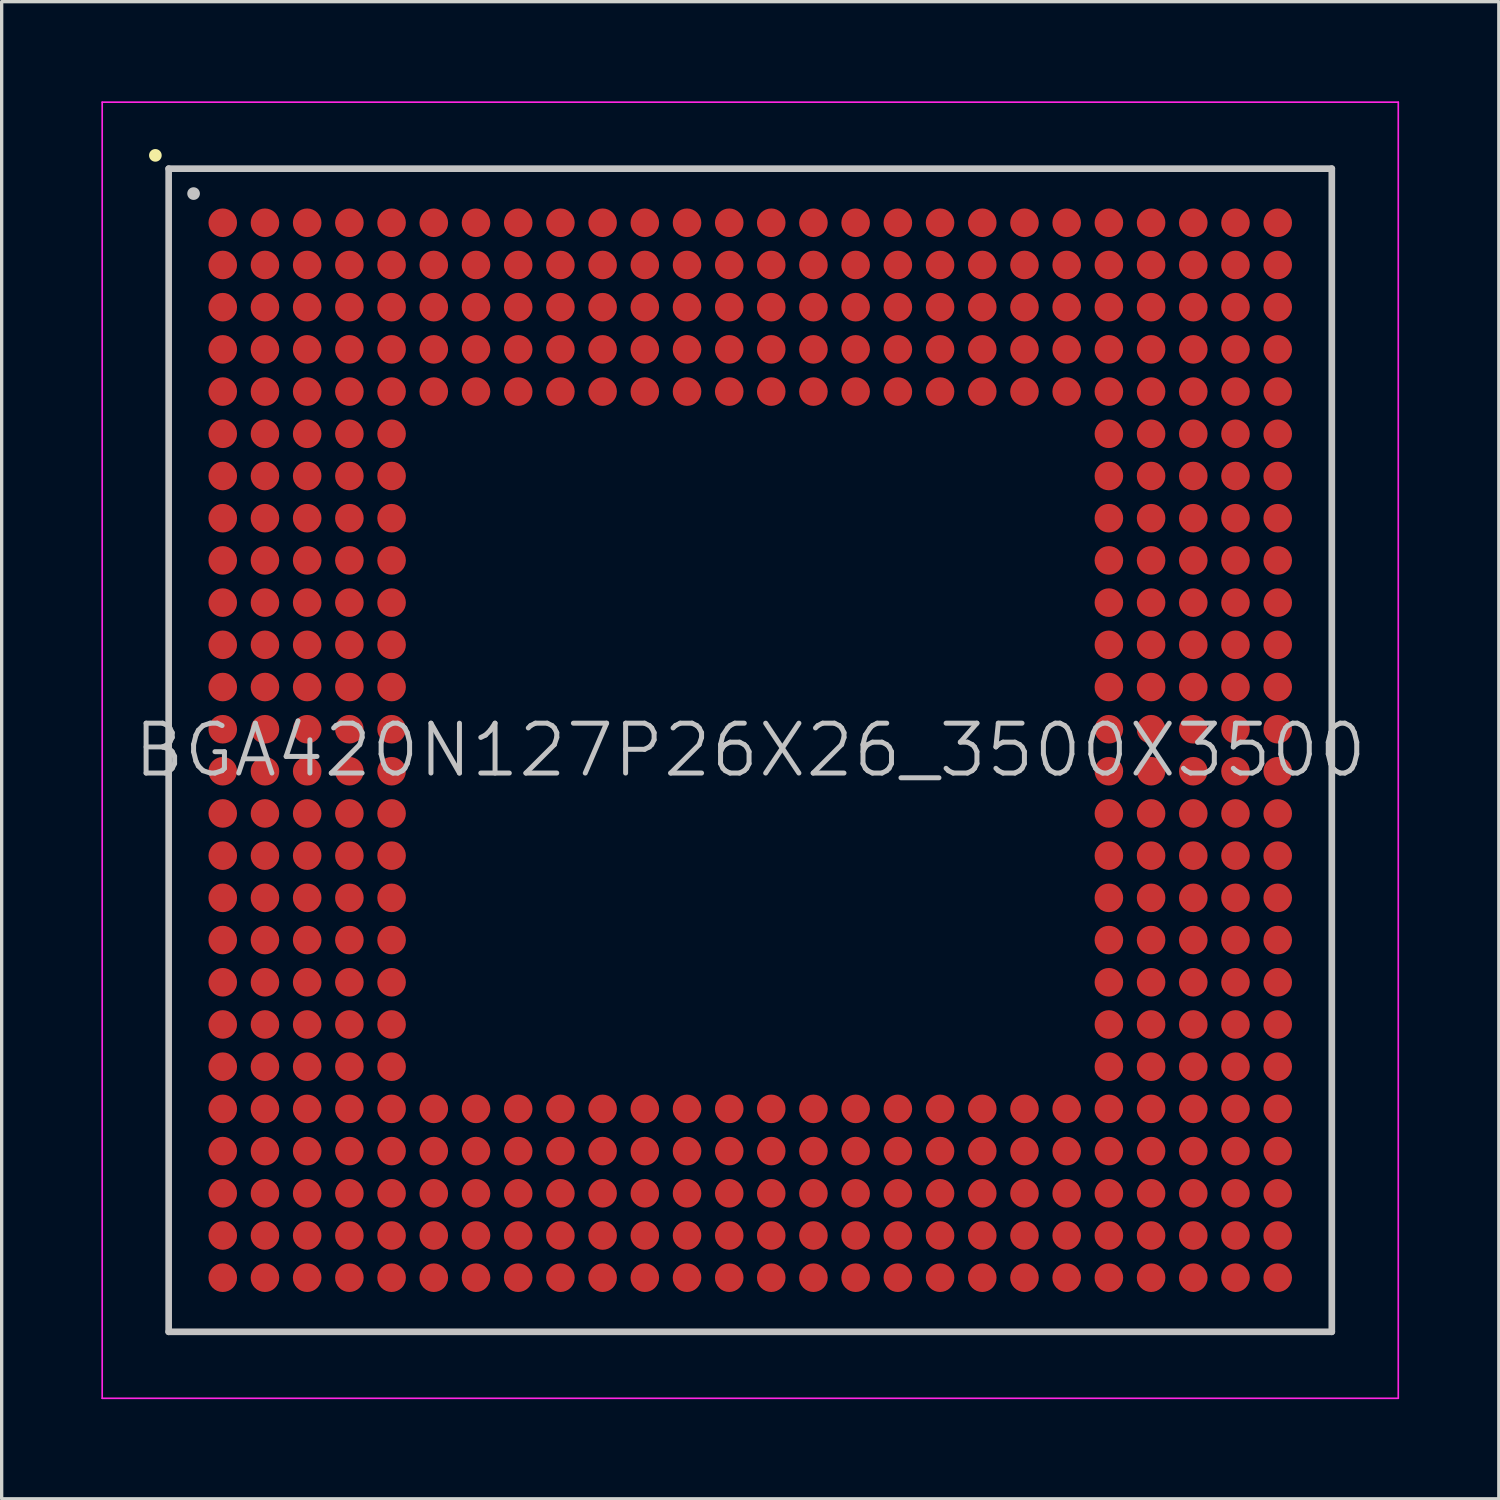
<source format=kicad_pcb>
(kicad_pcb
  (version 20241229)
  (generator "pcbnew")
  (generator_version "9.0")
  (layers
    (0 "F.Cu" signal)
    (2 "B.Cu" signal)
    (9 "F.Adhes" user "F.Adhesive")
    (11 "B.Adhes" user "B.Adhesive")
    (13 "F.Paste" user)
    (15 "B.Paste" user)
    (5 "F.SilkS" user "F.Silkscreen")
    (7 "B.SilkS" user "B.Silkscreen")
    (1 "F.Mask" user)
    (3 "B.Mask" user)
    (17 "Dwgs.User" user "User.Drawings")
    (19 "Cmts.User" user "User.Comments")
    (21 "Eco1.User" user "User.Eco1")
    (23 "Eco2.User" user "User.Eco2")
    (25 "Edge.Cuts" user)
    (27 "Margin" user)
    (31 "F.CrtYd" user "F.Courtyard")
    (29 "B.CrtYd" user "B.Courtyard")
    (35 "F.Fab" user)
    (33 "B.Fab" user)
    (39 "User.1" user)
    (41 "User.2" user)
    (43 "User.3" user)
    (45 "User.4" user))
  (footprint "BGA420N127P26X26_3500X3500"
    (layer "F.Cu")
    (at 19.525 19.525)
    (property "Reference" "BGA420N127P26X26_3500X3500" (at 0 0 0) (layer "Dwgs.User") (effects (font (size 1.5 1.5) (thickness 0.15))))
    (attr smd)
    (fp_line (start -17.9 -17.9) (end -17.9 -17.9) (stroke (width 0.381) (type solid)) (layer "F.SilkS"))
    (fp_line (start -17.5 -17.5) (end -17.5 17.5) (stroke (width 0.2) (type solid)) (layer "Dwgs.User"))
    (fp_line (start -17.5 -17.5) (end 17.5 -17.5) (stroke (width 0.2) (type solid)) (layer "Dwgs.User"))
    (fp_line (start -17.5 17.5) (end 17.5 17.5) (stroke (width 0.2) (type solid)) (layer "Dwgs.User"))
    (fp_line (start -16.75 -16.75) (end -16.75 -16.75) (stroke (width 0.381) (type solid)) (layer "Dwgs.User"))
    (fp_line (start 17.5 -17.5) (end 17.5 17.5) (stroke (width 0.2) (type solid)) (layer "Dwgs.User"))
    (fp_line (start -19.5 -19.5) (end -19.5 19.5) (stroke (width 0.05) (type solid)) (layer "F.CrtYd"))
    (fp_line (start -19.5 -19.5) (end 19.5 -19.5) (stroke (width 0.05) (type solid)) (layer "F.CrtYd"))
    (fp_line (start -19.5 19.5) (end 19.5 19.5) (stroke (width 0.05) (type solid)) (layer "F.CrtYd"))
    (fp_line (start 19.5 -19.5) (end 19.5 19.5) (stroke (width 0.05) (type solid)) (layer "F.CrtYd"))
    (pad "A1" smd circle (at -15.872 -15.872 270) (size 0.86 0.86) (layers "F.Cu" "F.Mask" "F.Paste"))
    (pad "A2" smd circle (at -14.602 -15.872 270) (size 0.86 0.86) (layers "F.Cu" "F.Mask" "F.Paste"))
    (pad "A3" smd circle (at -13.332 -15.872 270) (size 0.86 0.86) (layers "F.Cu" "F.Mask" "F.Paste"))
    (pad "A4" smd circle (at -12.062 -15.872 270) (size 0.86 0.86) (layers "F.Cu" "F.Mask" "F.Paste"))
    (pad "A5" smd circle (at -10.792 -15.872 270) (size 0.86 0.86) (layers "F.Cu" "F.Mask" "F.Paste"))
    (pad "A6" smd circle (at -9.522 -15.872 270) (size 0.86 0.86) (layers "F.Cu" "F.Mask" "F.Paste"))
    (pad "A7" smd circle (at -8.252 -15.872 270) (size 0.86 0.86) (layers "F.Cu" "F.Mask" "F.Paste"))
    (pad "A8" smd circle (at -6.982 -15.872 270) (size 0.86 0.86) (layers "F.Cu" "F.Mask" "F.Paste"))
    (pad "A9" smd circle (at -5.712 -15.872 270) (size 0.86 0.86) (layers "F.Cu" "F.Mask" "F.Paste"))
    (pad "A10" smd circle (at -4.442 -15.872 270) (size 0.86 0.86) (layers "F.Cu" "F.Mask" "F.Paste"))
    (pad "A11" smd circle (at -3.172 -15.872 270) (size 0.86 0.86) (layers "F.Cu" "F.Mask" "F.Paste"))
    (pad "A12" smd circle (at -1.902 -15.872 270) (size 0.86 0.86) (layers "F.Cu" "F.Mask" "F.Paste"))
    (pad "A13" smd circle (at -0.632 -15.872 270) (size 0.86 0.86) (layers "F.Cu" "F.Mask" "F.Paste"))
    (pad "A14" smd circle (at 0.632 -15.872 270) (size 0.86 0.86) (layers "F.Cu" "F.Mask" "F.Paste"))
    (pad "A15" smd circle (at 1.902 -15.872 270) (size 0.86 0.86) (layers "F.Cu" "F.Mask" "F.Paste"))
    (pad "A16" smd circle (at 3.172 -15.872 270) (size 0.86 0.86) (layers "F.Cu" "F.Mask" "F.Paste"))
    (pad "A17" smd circle (at 4.442 -15.872 270) (size 0.86 0.86) (layers "F.Cu" "F.Mask" "F.Paste"))
    (pad "A18" smd circle (at 5.712 -15.872 270) (size 0.86 0.86) (layers "F.Cu" "F.Mask" "F.Paste"))
    (pad "A19" smd circle (at 6.982 -15.872 270) (size 0.86 0.86) (layers "F.Cu" "F.Mask" "F.Paste"))
    (pad "A20" smd circle (at 8.252 -15.872 270) (size 0.86 0.86) (layers "F.Cu" "F.Mask" "F.Paste"))
    (pad "A21" smd circle (at 9.522 -15.872 270) (size 0.86 0.86) (layers "F.Cu" "F.Mask" "F.Paste"))
    (pad "A22" smd circle (at 10.792 -15.872 270) (size 0.86 0.86) (layers "F.Cu" "F.Mask" "F.Paste"))
    (pad "A23" smd circle (at 12.062 -15.872 270) (size 0.86 0.86) (layers "F.Cu" "F.Mask" "F.Paste"))
    (pad "A24" smd circle (at 13.332 -15.872 270) (size 0.86 0.86) (layers "F.Cu" "F.Mask" "F.Paste"))
    (pad "A25" smd circle (at 14.602 -15.872 270) (size 0.86 0.86) (layers "F.Cu" "F.Mask" "F.Paste"))
    (pad "A26" smd circle (at 15.872 -15.872 270) (size 0.86 0.86) (layers "F.Cu" "F.Mask" "F.Paste"))
    (pad "AA1" smd circle (at -15.872 9.522 270) (size 0.86 0.86) (layers "F.Cu" "F.Mask" "F.Paste"))
    (pad "AA2" smd circle (at -14.602 9.522 270) (size 0.86 0.86) (layers "F.Cu" "F.Mask" "F.Paste"))
    (pad "AA3" smd circle (at -13.332 9.522 270) (size 0.86 0.86) (layers "F.Cu" "F.Mask" "F.Paste"))
    (pad "AA4" smd circle (at -12.062 9.522 270) (size 0.86 0.86) (layers "F.Cu" "F.Mask" "F.Paste"))
    (pad "AA5" smd circle (at -10.792 9.522 270) (size 0.86 0.86) (layers "F.Cu" "F.Mask" "F.Paste"))
    (pad "AA22" smd circle (at 10.792 9.522 270) (size 0.86 0.86) (layers "F.Cu" "F.Mask" "F.Paste"))
    (pad "AA23" smd circle (at 12.062 9.522 270) (size 0.86 0.86) (layers "F.Cu" "F.Mask" "F.Paste"))
    (pad "AA24" smd circle (at 13.332 9.522 270) (size 0.86 0.86) (layers "F.Cu" "F.Mask" "F.Paste"))
    (pad "AA25" smd circle (at 14.602 9.522 270) (size 0.86 0.86) (layers "F.Cu" "F.Mask" "F.Paste"))
    (pad "AA26" smd circle (at 15.872 9.522 270) (size 0.86 0.86) (layers "F.Cu" "F.Mask" "F.Paste"))
    (pad "AB1" smd circle (at -15.872 10.792 270) (size 0.86 0.86) (layers "F.Cu" "F.Mask" "F.Paste"))
    (pad "AB2" smd circle (at -14.602 10.792 270) (size 0.86 0.86) (layers "F.Cu" "F.Mask" "F.Paste"))
    (pad "AB3" smd circle (at -13.332 10.792 270) (size 0.86 0.86) (layers "F.Cu" "F.Mask" "F.Paste"))
    (pad "AB4" smd circle (at -12.062 10.792 270) (size 0.86 0.86) (layers "F.Cu" "F.Mask" "F.Paste"))
    (pad "AB5" smd circle (at -10.792 10.792 270) (size 0.86 0.86) (layers "F.Cu" "F.Mask" "F.Paste"))
    (pad "AB6" smd circle (at -9.522 10.792 270) (size 0.86 0.86) (layers "F.Cu" "F.Mask" "F.Paste"))
    (pad "AB7" smd circle (at -8.252 10.792 270) (size 0.86 0.86) (layers "F.Cu" "F.Mask" "F.Paste"))
    (pad "AB8" smd circle (at -6.982 10.792 270) (size 0.86 0.86) (layers "F.Cu" "F.Mask" "F.Paste"))
    (pad "AB9" smd circle (at -5.712 10.792 270) (size 0.86 0.86) (layers "F.Cu" "F.Mask" "F.Paste"))
    (pad "AB10" smd circle (at -4.442 10.792 270) (size 0.86 0.86) (layers "F.Cu" "F.Mask" "F.Paste"))
    (pad "AB11" smd circle (at -3.172 10.792 270) (size 0.86 0.86) (layers "F.Cu" "F.Mask" "F.Paste"))
    (pad "AB12" smd circle (at -1.902 10.792 270) (size 0.86 0.86) (layers "F.Cu" "F.Mask" "F.Paste"))
    (pad "AB13" smd circle (at -0.632 10.792 270) (size 0.86 0.86) (layers "F.Cu" "F.Mask" "F.Paste"))
    (pad "AB14" smd circle (at 0.632 10.792 270) (size 0.86 0.86) (layers "F.Cu" "F.Mask" "F.Paste"))
    (pad "AB15" smd circle (at 1.902 10.792 270) (size 0.86 0.86) (layers "F.Cu" "F.Mask" "F.Paste"))
    (pad "AB16" smd circle (at 3.172 10.792 270) (size 0.86 0.86) (layers "F.Cu" "F.Mask" "F.Paste"))
    (pad "AB17" smd circle (at 4.442 10.792 270) (size 0.86 0.86) (layers "F.Cu" "F.Mask" "F.Paste"))
    (pad "AB18" smd circle (at 5.712 10.792 270) (size 0.86 0.86) (layers "F.Cu" "F.Mask" "F.Paste"))
    (pad "AB19" smd circle (at 6.982 10.792 270) (size 0.86 0.86) (layers "F.Cu" "F.Mask" "F.Paste"))
    (pad "AB20" smd circle (at 8.252 10.792 270) (size 0.86 0.86) (layers "F.Cu" "F.Mask" "F.Paste"))
    (pad "AB21" smd circle (at 9.522 10.792 270) (size 0.86 0.86) (layers "F.Cu" "F.Mask" "F.Paste"))
    (pad "AB22" smd circle (at 10.792 10.792 270) (size 0.86 0.86) (layers "F.Cu" "F.Mask" "F.Paste"))
    (pad "AB23" smd circle (at 12.062 10.792 270) (size 0.86 0.86) (layers "F.Cu" "F.Mask" "F.Paste"))
    (pad "AB24" smd circle (at 13.332 10.792 270) (size 0.86 0.86) (layers "F.Cu" "F.Mask" "F.Paste"))
    (pad "AB25" smd circle (at 14.602 10.792 270) (size 0.86 0.86) (layers "F.Cu" "F.Mask" "F.Paste"))
    (pad "AB26" smd circle (at 15.872 10.792 270) (size 0.86 0.86) (layers "F.Cu" "F.Mask" "F.Paste"))
    (pad "AC1" smd circle (at -15.872 12.062 270) (size 0.86 0.86) (layers "F.Cu" "F.Mask" "F.Paste"))
    (pad "AC2" smd circle (at -14.602 12.062 270) (size 0.86 0.86) (layers "F.Cu" "F.Mask" "F.Paste"))
    (pad "AC3" smd circle (at -13.332 12.062 270) (size 0.86 0.86) (layers "F.Cu" "F.Mask" "F.Paste"))
    (pad "AC4" smd circle (at -12.062 12.062 270) (size 0.86 0.86) (layers "F.Cu" "F.Mask" "F.Paste"))
    (pad "AC5" smd circle (at -10.792 12.062 270) (size 0.86 0.86) (layers "F.Cu" "F.Mask" "F.Paste"))
    (pad "AC6" smd circle (at -9.522 12.062 270) (size 0.86 0.86) (layers "F.Cu" "F.Mask" "F.Paste"))
    (pad "AC7" smd circle (at -8.252 12.062 270) (size 0.86 0.86) (layers "F.Cu" "F.Mask" "F.Paste"))
    (pad "AC8" smd circle (at -6.982 12.062 270) (size 0.86 0.86) (layers "F.Cu" "F.Mask" "F.Paste"))
    (pad "AC9" smd circle (at -5.712 12.062 270) (size 0.86 0.86) (layers "F.Cu" "F.Mask" "F.Paste"))
    (pad "AC10" smd circle (at -4.442 12.062 270) (size 0.86 0.86) (layers "F.Cu" "F.Mask" "F.Paste"))
    (pad "AC11" smd circle (at -3.172 12.062 270) (size 0.86 0.86) (layers "F.Cu" "F.Mask" "F.Paste"))
    (pad "AC12" smd circle (at -1.902 12.062 270) (size 0.86 0.86) (layers "F.Cu" "F.Mask" "F.Paste"))
    (pad "AC13" smd circle (at -0.632 12.062 270) (size 0.86 0.86) (layers "F.Cu" "F.Mask" "F.Paste"))
    (pad "AC14" smd circle (at 0.632 12.062 270) (size 0.86 0.86) (layers "F.Cu" "F.Mask" "F.Paste"))
    (pad "AC15" smd circle (at 1.902 12.062 270) (size 0.86 0.86) (layers "F.Cu" "F.Mask" "F.Paste"))
    (pad "AC16" smd circle (at 3.172 12.062 270) (size 0.86 0.86) (layers "F.Cu" "F.Mask" "F.Paste"))
    (pad "AC17" smd circle (at 4.442 12.062 270) (size 0.86 0.86) (layers "F.Cu" "F.Mask" "F.Paste"))
    (pad "AC18" smd circle (at 5.712 12.062 270) (size 0.86 0.86) (layers "F.Cu" "F.Mask" "F.Paste"))
    (pad "AC19" smd circle (at 6.982 12.062 270) (size 0.86 0.86) (layers "F.Cu" "F.Mask" "F.Paste"))
    (pad "AC20" smd circle (at 8.252 12.062 270) (size 0.86 0.86) (layers "F.Cu" "F.Mask" "F.Paste"))
    (pad "AC21" smd circle (at 9.522 12.062 270) (size 0.86 0.86) (layers "F.Cu" "F.Mask" "F.Paste"))
    (pad "AC22" smd circle (at 10.792 12.062 270) (size 0.86 0.86) (layers "F.Cu" "F.Mask" "F.Paste"))
    (pad "AC23" smd circle (at 12.062 12.062 270) (size 0.86 0.86) (layers "F.Cu" "F.Mask" "F.Paste"))
    (pad "AC24" smd circle (at 13.332 12.062 270) (size 0.86 0.86) (layers "F.Cu" "F.Mask" "F.Paste"))
    (pad "AC25" smd circle (at 14.602 12.062 270) (size 0.86 0.86) (layers "F.Cu" "F.Mask" "F.Paste"))
    (pad "AC26" smd circle (at 15.872 12.062 270) (size 0.86 0.86) (layers "F.Cu" "F.Mask" "F.Paste"))
    (pad "AD1" smd circle (at -15.872 13.332 270) (size 0.86 0.86) (layers "F.Cu" "F.Mask" "F.Paste"))
    (pad "AD2" smd circle (at -14.602 13.332 270) (size 0.86 0.86) (layers "F.Cu" "F.Mask" "F.Paste"))
    (pad "AD3" smd circle (at -13.332 13.332 270) (size 0.86 0.86) (layers "F.Cu" "F.Mask" "F.Paste"))
    (pad "AD4" smd circle (at -12.062 13.332 270) (size 0.86 0.86) (layers "F.Cu" "F.Mask" "F.Paste"))
    (pad "AD5" smd circle (at -10.792 13.332 270) (size 0.86 0.86) (layers "F.Cu" "F.Mask" "F.Paste"))
    (pad "AD6" smd circle (at -9.522 13.332 270) (size 0.86 0.86) (layers "F.Cu" "F.Mask" "F.Paste"))
    (pad "AD7" smd circle (at -8.252 13.332 270) (size 0.86 0.86) (layers "F.Cu" "F.Mask" "F.Paste"))
    (pad "AD8" smd circle (at -6.982 13.332 270) (size 0.86 0.86) (layers "F.Cu" "F.Mask" "F.Paste"))
    (pad "AD9" smd circle (at -5.712 13.332 270) (size 0.86 0.86) (layers "F.Cu" "F.Mask" "F.Paste"))
    (pad "AD10" smd circle (at -4.442 13.332 270) (size 0.86 0.86) (layers "F.Cu" "F.Mask" "F.Paste"))
    (pad "AD11" smd circle (at -3.172 13.332 270) (size 0.86 0.86) (layers "F.Cu" "F.Mask" "F.Paste"))
    (pad "AD12" smd circle (at -1.902 13.332 270) (size 0.86 0.86) (layers "F.Cu" "F.Mask" "F.Paste"))
    (pad "AD13" smd circle (at -0.632 13.332 270) (size 0.86 0.86) (layers "F.Cu" "F.Mask" "F.Paste"))
    (pad "AD14" smd circle (at 0.632 13.332 270) (size 0.86 0.86) (layers "F.Cu" "F.Mask" "F.Paste"))
    (pad "AD15" smd circle (at 1.902 13.332 270) (size 0.86 0.86) (layers "F.Cu" "F.Mask" "F.Paste"))
    (pad "AD16" smd circle (at 3.172 13.332 270) (size 0.86 0.86) (layers "F.Cu" "F.Mask" "F.Paste"))
    (pad "AD17" smd circle (at 4.442 13.332 270) (size 0.86 0.86) (layers "F.Cu" "F.Mask" "F.Paste"))
    (pad "AD18" smd circle (at 5.712 13.332 270) (size 0.86 0.86) (layers "F.Cu" "F.Mask" "F.Paste"))
    (pad "AD19" smd circle (at 6.982 13.332 270) (size 0.86 0.86) (layers "F.Cu" "F.Mask" "F.Paste"))
    (pad "AD20" smd circle (at 8.252 13.332 270) (size 0.86 0.86) (layers "F.Cu" "F.Mask" "F.Paste"))
    (pad "AD21" smd circle (at 9.522 13.332 270) (size 0.86 0.86) (layers "F.Cu" "F.Mask" "F.Paste"))
    (pad "AD22" smd circle (at 10.792 13.332 270) (size 0.86 0.86) (layers "F.Cu" "F.Mask" "F.Paste"))
    (pad "AD23" smd circle (at 12.062 13.332 270) (size 0.86 0.86) (layers "F.Cu" "F.Mask" "F.Paste"))
    (pad "AD24" smd circle (at 13.332 13.332 270) (size 0.86 0.86) (layers "F.Cu" "F.Mask" "F.Paste"))
    (pad "AD25" smd circle (at 14.602 13.332 270) (size 0.86 0.86) (layers "F.Cu" "F.Mask" "F.Paste"))
    (pad "AD26" smd circle (at 15.872 13.332 270) (size 0.86 0.86) (layers "F.Cu" "F.Mask" "F.Paste"))
    (pad "AE1" smd circle (at -15.872 14.602 270) (size 0.86 0.86) (layers "F.Cu" "F.Mask" "F.Paste"))
    (pad "AE2" smd circle (at -14.602 14.602 270) (size 0.86 0.86) (layers "F.Cu" "F.Mask" "F.Paste"))
    (pad "AE3" smd circle (at -13.332 14.602 270) (size 0.86 0.86) (layers "F.Cu" "F.Mask" "F.Paste"))
    (pad "AE4" smd circle (at -12.062 14.602 270) (size 0.86 0.86) (layers "F.Cu" "F.Mask" "F.Paste"))
    (pad "AE5" smd circle (at -10.792 14.602 270) (size 0.86 0.86) (layers "F.Cu" "F.Mask" "F.Paste"))
    (pad "AE6" smd circle (at -9.522 14.602 270) (size 0.86 0.86) (layers "F.Cu" "F.Mask" "F.Paste"))
    (pad "AE7" smd circle (at -8.252 14.602 270) (size 0.86 0.86) (layers "F.Cu" "F.Mask" "F.Paste"))
    (pad "AE8" smd circle (at -6.982 14.602 270) (size 0.86 0.86) (layers "F.Cu" "F.Mask" "F.Paste"))
    (pad "AE9" smd circle (at -5.712 14.602 270) (size 0.86 0.86) (layers "F.Cu" "F.Mask" "F.Paste"))
    (pad "AE10" smd circle (at -4.442 14.602 270) (size 0.86 0.86) (layers "F.Cu" "F.Mask" "F.Paste"))
    (pad "AE11" smd circle (at -3.172 14.602 270) (size 0.86 0.86) (layers "F.Cu" "F.Mask" "F.Paste"))
    (pad "AE12" smd circle (at -1.902 14.602 270) (size 0.86 0.86) (layers "F.Cu" "F.Mask" "F.Paste"))
    (pad "AE13" smd circle (at -0.632 14.602 270) (size 0.86 0.86) (layers "F.Cu" "F.Mask" "F.Paste"))
    (pad "AE14" smd circle (at 0.632 14.602 270) (size 0.86 0.86) (layers "F.Cu" "F.Mask" "F.Paste"))
    (pad "AE15" smd circle (at 1.902 14.602 270) (size 0.86 0.86) (layers "F.Cu" "F.Mask" "F.Paste"))
    (pad "AE16" smd circle (at 3.172 14.602 270) (size 0.86 0.86) (layers "F.Cu" "F.Mask" "F.Paste"))
    (pad "AE17" smd circle (at 4.442 14.602 270) (size 0.86 0.86) (layers "F.Cu" "F.Mask" "F.Paste"))
    (pad "AE18" smd circle (at 5.712 14.602 270) (size 0.86 0.86) (layers "F.Cu" "F.Mask" "F.Paste"))
    (pad "AE19" smd circle (at 6.982 14.602 270) (size 0.86 0.86) (layers "F.Cu" "F.Mask" "F.Paste"))
    (pad "AE20" smd circle (at 8.252 14.602 270) (size 0.86 0.86) (layers "F.Cu" "F.Mask" "F.Paste"))
    (pad "AE21" smd circle (at 9.522 14.602 270) (size 0.86 0.86) (layers "F.Cu" "F.Mask" "F.Paste"))
    (pad "AE22" smd circle (at 10.792 14.602 270) (size 0.86 0.86) (layers "F.Cu" "F.Mask" "F.Paste"))
    (pad "AE23" smd circle (at 12.062 14.602 270) (size 0.86 0.86) (layers "F.Cu" "F.Mask" "F.Paste"))
    (pad "AE24" smd circle (at 13.332 14.602 270) (size 0.86 0.86) (layers "F.Cu" "F.Mask" "F.Paste"))
    (pad "AE25" smd circle (at 14.602 14.602 270) (size 0.86 0.86) (layers "F.Cu" "F.Mask" "F.Paste"))
    (pad "AE26" smd circle (at 15.872 14.602 270) (size 0.86 0.86) (layers "F.Cu" "F.Mask" "F.Paste"))
    (pad "AF1" smd circle (at -15.872 15.872 270) (size 0.86 0.86) (layers "F.Cu" "F.Mask" "F.Paste"))
    (pad "AF2" smd circle (at -14.602 15.872 270) (size 0.86 0.86) (layers "F.Cu" "F.Mask" "F.Paste"))
    (pad "AF3" smd circle (at -13.332 15.872 270) (size 0.86 0.86) (layers "F.Cu" "F.Mask" "F.Paste"))
    (pad "AF4" smd circle (at -12.062 15.872 270) (size 0.86 0.86) (layers "F.Cu" "F.Mask" "F.Paste"))
    (pad "AF5" smd circle (at -10.792 15.872 270) (size 0.86 0.86) (layers "F.Cu" "F.Mask" "F.Paste"))
    (pad "AF6" smd circle (at -9.522 15.872 270) (size 0.86 0.86) (layers "F.Cu" "F.Mask" "F.Paste"))
    (pad "AF7" smd circle (at -8.252 15.872 270) (size 0.86 0.86) (layers "F.Cu" "F.Mask" "F.Paste"))
    (pad "AF8" smd circle (at -6.982 15.872 270) (size 0.86 0.86) (layers "F.Cu" "F.Mask" "F.Paste"))
    (pad "AF9" smd circle (at -5.712 15.872 270) (size 0.86 0.86) (layers "F.Cu" "F.Mask" "F.Paste"))
    (pad "AF10" smd circle (at -4.442 15.872 270) (size 0.86 0.86) (layers "F.Cu" "F.Mask" "F.Paste"))
    (pad "AF11" smd circle (at -3.172 15.872 270) (size 0.86 0.86) (layers "F.Cu" "F.Mask" "F.Paste"))
    (pad "AF12" smd circle (at -1.902 15.872 270) (size 0.86 0.86) (layers "F.Cu" "F.Mask" "F.Paste"))
    (pad "AF13" smd circle (at -0.632 15.872 270) (size 0.86 0.86) (layers "F.Cu" "F.Mask" "F.Paste"))
    (pad "AF14" smd circle (at 0.632 15.872 270) (size 0.86 0.86) (layers "F.Cu" "F.Mask" "F.Paste"))
    (pad "AF15" smd circle (at 1.902 15.872 270) (size 0.86 0.86) (layers "F.Cu" "F.Mask" "F.Paste"))
    (pad "AF16" smd circle (at 3.172 15.872 270) (size 0.86 0.86) (layers "F.Cu" "F.Mask" "F.Paste"))
    (pad "AF17" smd circle (at 4.442 15.872 270) (size 0.86 0.86) (layers "F.Cu" "F.Mask" "F.Paste"))
    (pad "AF18" smd circle (at 5.712 15.872 270) (size 0.86 0.86) (layers "F.Cu" "F.Mask" "F.Paste"))
    (pad "AF19" smd circle (at 6.982 15.872 270) (size 0.86 0.86) (layers "F.Cu" "F.Mask" "F.Paste"))
    (pad "AF20" smd circle (at 8.252 15.872 270) (size 0.86 0.86) (layers "F.Cu" "F.Mask" "F.Paste"))
    (pad "AF21" smd circle (at 9.522 15.872 270) (size 0.86 0.86) (layers "F.Cu" "F.Mask" "F.Paste"))
    (pad "AF22" smd circle (at 10.792 15.872 270) (size 0.86 0.86) (layers "F.Cu" "F.Mask" "F.Paste"))
    (pad "AF23" smd circle (at 12.062 15.872 270) (size 0.86 0.86) (layers "F.Cu" "F.Mask" "F.Paste"))
    (pad "AF24" smd circle (at 13.332 15.872 270) (size 0.86 0.86) (layers "F.Cu" "F.Mask" "F.Paste"))
    (pad "AF25" smd circle (at 14.602 15.872 270) (size 0.86 0.86) (layers "F.Cu" "F.Mask" "F.Paste"))
    (pad "AF26" smd circle (at 15.872 15.872 270) (size 0.86 0.86) (layers "F.Cu" "F.Mask" "F.Paste"))
    (pad "B1" smd circle (at -15.872 -14.602 270) (size 0.86 0.86) (layers "F.Cu" "F.Mask" "F.Paste"))
    (pad "B2" smd circle (at -14.602 -14.602 270) (size 0.86 0.86) (layers "F.Cu" "F.Mask" "F.Paste"))
    (pad "B3" smd circle (at -13.332 -14.602 270) (size 0.86 0.86) (layers "F.Cu" "F.Mask" "F.Paste"))
    (pad "B4" smd circle (at -12.062 -14.602 270) (size 0.86 0.86) (layers "F.Cu" "F.Mask" "F.Paste"))
    (pad "B5" smd circle (at -10.792 -14.602 270) (size 0.86 0.86) (layers "F.Cu" "F.Mask" "F.Paste"))
    (pad "B6" smd circle (at -9.522 -14.602 270) (size 0.86 0.86) (layers "F.Cu" "F.Mask" "F.Paste"))
    (pad "B7" smd circle (at -8.252 -14.602 270) (size 0.86 0.86) (layers "F.Cu" "F.Mask" "F.Paste"))
    (pad "B8" smd circle (at -6.982 -14.602 270) (size 0.86 0.86) (layers "F.Cu" "F.Mask" "F.Paste"))
    (pad "B9" smd circle (at -5.712 -14.602 270) (size 0.86 0.86) (layers "F.Cu" "F.Mask" "F.Paste"))
    (pad "B10" smd circle (at -4.442 -14.602 270) (size 0.86 0.86) (layers "F.Cu" "F.Mask" "F.Paste"))
    (pad "B11" smd circle (at -3.172 -14.602 270) (size 0.86 0.86) (layers "F.Cu" "F.Mask" "F.Paste"))
    (pad "B12" smd circle (at -1.902 -14.602 270) (size 0.86 0.86) (layers "F.Cu" "F.Mask" "F.Paste"))
    (pad "B13" smd circle (at -0.632 -14.602 270) (size 0.86 0.86) (layers "F.Cu" "F.Mask" "F.Paste"))
    (pad "B14" smd circle (at 0.632 -14.602 270) (size 0.86 0.86) (layers "F.Cu" "F.Mask" "F.Paste"))
    (pad "B15" smd circle (at 1.902 -14.602 270) (size 0.86 0.86) (layers "F.Cu" "F.Mask" "F.Paste"))
    (pad "B16" smd circle (at 3.172 -14.602 270) (size 0.86 0.86) (layers "F.Cu" "F.Mask" "F.Paste"))
    (pad "B17" smd circle (at 4.442 -14.602 270) (size 0.86 0.86) (layers "F.Cu" "F.Mask" "F.Paste"))
    (pad "B18" smd circle (at 5.712 -14.602 270) (size 0.86 0.86) (layers "F.Cu" "F.Mask" "F.Paste"))
    (pad "B19" smd circle (at 6.982 -14.602 270) (size 0.86 0.86) (layers "F.Cu" "F.Mask" "F.Paste"))
    (pad "B20" smd circle (at 8.252 -14.602 270) (size 0.86 0.86) (layers "F.Cu" "F.Mask" "F.Paste"))
    (pad "B21" smd circle (at 9.522 -14.602 270) (size 0.86 0.86) (layers "F.Cu" "F.Mask" "F.Paste"))
    (pad "B22" smd circle (at 10.792 -14.602 270) (size 0.86 0.86) (layers "F.Cu" "F.Mask" "F.Paste"))
    (pad "B23" smd circle (at 12.062 -14.602 270) (size 0.86 0.86) (layers "F.Cu" "F.Mask" "F.Paste"))
    (pad "B24" smd circle (at 13.332 -14.602 270) (size 0.86 0.86) (layers "F.Cu" "F.Mask" "F.Paste"))
    (pad "B25" smd circle (at 14.602 -14.602 270) (size 0.86 0.86) (layers "F.Cu" "F.Mask" "F.Paste"))
    (pad "B26" smd circle (at 15.872 -14.602 270) (size 0.86 0.86) (layers "F.Cu" "F.Mask" "F.Paste"))
    (pad "C1" smd circle (at -15.872 -13.332 270) (size 0.86 0.86) (layers "F.Cu" "F.Mask" "F.Paste"))
    (pad "C2" smd circle (at -14.602 -13.332 270) (size 0.86 0.86) (layers "F.Cu" "F.Mask" "F.Paste"))
    (pad "C3" smd circle (at -13.332 -13.332 270) (size 0.86 0.86) (layers "F.Cu" "F.Mask" "F.Paste"))
    (pad "C4" smd circle (at -12.062 -13.332 270) (size 0.86 0.86) (layers "F.Cu" "F.Mask" "F.Paste"))
    (pad "C5" smd circle (at -10.792 -13.332 270) (size 0.86 0.86) (layers "F.Cu" "F.Mask" "F.Paste"))
    (pad "C6" smd circle (at -9.522 -13.332 270) (size 0.86 0.86) (layers "F.Cu" "F.Mask" "F.Paste"))
    (pad "C7" smd circle (at -8.252 -13.332 270) (size 0.86 0.86) (layers "F.Cu" "F.Mask" "F.Paste"))
    (pad "C8" smd circle (at -6.982 -13.332 270) (size 0.86 0.86) (layers "F.Cu" "F.Mask" "F.Paste"))
    (pad "C9" smd circle (at -5.712 -13.332 270) (size 0.86 0.86) (layers "F.Cu" "F.Mask" "F.Paste"))
    (pad "C10" smd circle (at -4.442 -13.332 270) (size 0.86 0.86) (layers "F.Cu" "F.Mask" "F.Paste"))
    (pad "C11" smd circle (at -3.172 -13.332 270) (size 0.86 0.86) (layers "F.Cu" "F.Mask" "F.Paste"))
    (pad "C12" smd circle (at -1.902 -13.332 270) (size 0.86 0.86) (layers "F.Cu" "F.Mask" "F.Paste"))
    (pad "C13" smd circle (at -0.632 -13.332 270) (size 0.86 0.86) (layers "F.Cu" "F.Mask" "F.Paste"))
    (pad "C14" smd circle (at 0.632 -13.332 270) (size 0.86 0.86) (layers "F.Cu" "F.Mask" "F.Paste"))
    (pad "C15" smd circle (at 1.902 -13.332 270) (size 0.86 0.86) (layers "F.Cu" "F.Mask" "F.Paste"))
    (pad "C16" smd circle (at 3.172 -13.332 270) (size 0.86 0.86) (layers "F.Cu" "F.Mask" "F.Paste"))
    (pad "C17" smd circle (at 4.442 -13.332 270) (size 0.86 0.86) (layers "F.Cu" "F.Mask" "F.Paste"))
    (pad "C18" smd circle (at 5.712 -13.332 270) (size 0.86 0.86) (layers "F.Cu" "F.Mask" "F.Paste"))
    (pad "C19" smd circle (at 6.982 -13.332 270) (size 0.86 0.86) (layers "F.Cu" "F.Mask" "F.Paste"))
    (pad "C20" smd circle (at 8.252 -13.332 270) (size 0.86 0.86) (layers "F.Cu" "F.Mask" "F.Paste"))
    (pad "C21" smd circle (at 9.522 -13.332 270) (size 0.86 0.86) (layers "F.Cu" "F.Mask" "F.Paste"))
    (pad "C22" smd circle (at 10.792 -13.332 270) (size 0.86 0.86) (layers "F.Cu" "F.Mask" "F.Paste"))
    (pad "C23" smd circle (at 12.062 -13.332 270) (size 0.86 0.86) (layers "F.Cu" "F.Mask" "F.Paste"))
    (pad "C24" smd circle (at 13.332 -13.332 270) (size 0.86 0.86) (layers "F.Cu" "F.Mask" "F.Paste"))
    (pad "C25" smd circle (at 14.602 -13.332 270) (size 0.86 0.86) (layers "F.Cu" "F.Mask" "F.Paste"))
    (pad "C26" smd circle (at 15.872 -13.332 270) (size 0.86 0.86) (layers "F.Cu" "F.Mask" "F.Paste"))
    (pad "D1" smd circle (at -15.872 -12.062 270) (size 0.86 0.86) (layers "F.Cu" "F.Mask" "F.Paste"))
    (pad "D2" smd circle (at -14.602 -12.062 270) (size 0.86 0.86) (layers "F.Cu" "F.Mask" "F.Paste"))
    (pad "D3" smd circle (at -13.332 -12.062 270) (size 0.86 0.86) (layers "F.Cu" "F.Mask" "F.Paste"))
    (pad "D4" smd circle (at -12.062 -12.062 270) (size 0.86 0.86) (layers "F.Cu" "F.Mask" "F.Paste"))
    (pad "D5" smd circle (at -10.792 -12.062 270) (size 0.86 0.86) (layers "F.Cu" "F.Mask" "F.Paste"))
    (pad "D6" smd circle (at -9.522 -12.062 270) (size 0.86 0.86) (layers "F.Cu" "F.Mask" "F.Paste"))
    (pad "D7" smd circle (at -8.252 -12.062 270) (size 0.86 0.86) (layers "F.Cu" "F.Mask" "F.Paste"))
    (pad "D8" smd circle (at -6.982 -12.062 270) (size 0.86 0.86) (layers "F.Cu" "F.Mask" "F.Paste"))
    (pad "D9" smd circle (at -5.712 -12.062 270) (size 0.86 0.86) (layers "F.Cu" "F.Mask" "F.Paste"))
    (pad "D10" smd circle (at -4.442 -12.062 270) (size 0.86 0.86) (layers "F.Cu" "F.Mask" "F.Paste"))
    (pad "D11" smd circle (at -3.172 -12.062 270) (size 0.86 0.86) (layers "F.Cu" "F.Mask" "F.Paste"))
    (pad "D12" smd circle (at -1.902 -12.062 270) (size 0.86 0.86) (layers "F.Cu" "F.Mask" "F.Paste"))
    (pad "D13" smd circle (at -0.632 -12.062 270) (size 0.86 0.86) (layers "F.Cu" "F.Mask" "F.Paste"))
    (pad "D14" smd circle (at 0.632 -12.062 270) (size 0.86 0.86) (layers "F.Cu" "F.Mask" "F.Paste"))
    (pad "D15" smd circle (at 1.902 -12.062 270) (size 0.86 0.86) (layers "F.Cu" "F.Mask" "F.Paste"))
    (pad "D16" smd circle (at 3.172 -12.062 270) (size 0.86 0.86) (layers "F.Cu" "F.Mask" "F.Paste"))
    (pad "D17" smd circle (at 4.442 -12.062 270) (size 0.86 0.86) (layers "F.Cu" "F.Mask" "F.Paste"))
    (pad "D18" smd circle (at 5.712 -12.062 270) (size 0.86 0.86) (layers "F.Cu" "F.Mask" "F.Paste"))
    (pad "D19" smd circle (at 6.982 -12.062 270) (size 0.86 0.86) (layers "F.Cu" "F.Mask" "F.Paste"))
    (pad "D20" smd circle (at 8.252 -12.062 270) (size 0.86 0.86) (layers "F.Cu" "F.Mask" "F.Paste"))
    (pad "D21" smd circle (at 9.522 -12.062 270) (size 0.86 0.86) (layers "F.Cu" "F.Mask" "F.Paste"))
    (pad "D22" smd circle (at 10.792 -12.062 270) (size 0.86 0.86) (layers "F.Cu" "F.Mask" "F.Paste"))
    (pad "D23" smd circle (at 12.062 -12.062 270) (size 0.86 0.86) (layers "F.Cu" "F.Mask" "F.Paste"))
    (pad "D24" smd circle (at 13.332 -12.062 270) (size 0.86 0.86) (layers "F.Cu" "F.Mask" "F.Paste"))
    (pad "D25" smd circle (at 14.602 -12.062 270) (size 0.86 0.86) (layers "F.Cu" "F.Mask" "F.Paste"))
    (pad "D26" smd circle (at 15.872 -12.062 270) (size 0.86 0.86) (layers "F.Cu" "F.Mask" "F.Paste"))
    (pad "E1" smd circle (at -15.872 -10.792 270) (size 0.86 0.86) (layers "F.Cu" "F.Mask" "F.Paste"))
    (pad "E2" smd circle (at -14.602 -10.792 270) (size 0.86 0.86) (layers "F.Cu" "F.Mask" "F.Paste"))
    (pad "E3" smd circle (at -13.332 -10.792 270) (size 0.86 0.86) (layers "F.Cu" "F.Mask" "F.Paste"))
    (pad "E4" smd circle (at -12.062 -10.792 270) (size 0.86 0.86) (layers "F.Cu" "F.Mask" "F.Paste"))
    (pad "E5" smd circle (at -10.792 -10.792 270) (size 0.86 0.86) (layers "F.Cu" "F.Mask" "F.Paste"))
    (pad "E6" smd circle (at -9.522 -10.792 270) (size 0.86 0.86) (layers "F.Cu" "F.Mask" "F.Paste"))
    (pad "E7" smd circle (at -8.252 -10.792 270) (size 0.86 0.86) (layers "F.Cu" "F.Mask" "F.Paste"))
    (pad "E8" smd circle (at -6.982 -10.792 270) (size 0.86 0.86) (layers "F.Cu" "F.Mask" "F.Paste"))
    (pad "E9" smd circle (at -5.712 -10.792 270) (size 0.86 0.86) (layers "F.Cu" "F.Mask" "F.Paste"))
    (pad "E10" smd circle (at -4.442 -10.792 270) (size 0.86 0.86) (layers "F.Cu" "F.Mask" "F.Paste"))
    (pad "E11" smd circle (at -3.172 -10.792 270) (size 0.86 0.86) (layers "F.Cu" "F.Mask" "F.Paste"))
    (pad "E12" smd circle (at -1.902 -10.792 270) (size 0.86 0.86) (layers "F.Cu" "F.Mask" "F.Paste"))
    (pad "E13" smd circle (at -0.632 -10.792 270) (size 0.86 0.86) (layers "F.Cu" "F.Mask" "F.Paste"))
    (pad "E14" smd circle (at 0.632 -10.792 270) (size 0.86 0.86) (layers "F.Cu" "F.Mask" "F.Paste"))
    (pad "E15" smd circle (at 1.902 -10.792 270) (size 0.86 0.86) (layers "F.Cu" "F.Mask" "F.Paste"))
    (pad "E16" smd circle (at 3.172 -10.792 270) (size 0.86 0.86) (layers "F.Cu" "F.Mask" "F.Paste"))
    (pad "E17" smd circle (at 4.442 -10.792 270) (size 0.86 0.86) (layers "F.Cu" "F.Mask" "F.Paste"))
    (pad "E18" smd circle (at 5.712 -10.792 270) (size 0.86 0.86) (layers "F.Cu" "F.Mask" "F.Paste"))
    (pad "E19" smd circle (at 6.982 -10.792 270) (size 0.86 0.86) (layers "F.Cu" "F.Mask" "F.Paste"))
    (pad "E20" smd circle (at 8.252 -10.792 270) (size 0.86 0.86) (layers "F.Cu" "F.Mask" "F.Paste"))
    (pad "E21" smd circle (at 9.522 -10.792 270) (size 0.86 0.86) (layers "F.Cu" "F.Mask" "F.Paste"))
    (pad "E22" smd circle (at 10.792 -10.792 270) (size 0.86 0.86) (layers "F.Cu" "F.Mask" "F.Paste"))
    (pad "E23" smd circle (at 12.062 -10.792 270) (size 0.86 0.86) (layers "F.Cu" "F.Mask" "F.Paste"))
    (pad "E24" smd circle (at 13.332 -10.792 270) (size 0.86 0.86) (layers "F.Cu" "F.Mask" "F.Paste"))
    (pad "E25" smd circle (at 14.602 -10.792 270) (size 0.86 0.86) (layers "F.Cu" "F.Mask" "F.Paste"))
    (pad "E26" smd circle (at 15.872 -10.792 270) (size 0.86 0.86) (layers "F.Cu" "F.Mask" "F.Paste"))
    (pad "F1" smd circle (at -15.872 -9.522 270) (size 0.86 0.86) (layers "F.Cu" "F.Mask" "F.Paste"))
    (pad "F2" smd circle (at -14.602 -9.522 270) (size 0.86 0.86) (layers "F.Cu" "F.Mask" "F.Paste"))
    (pad "F3" smd circle (at -13.332 -9.522 270) (size 0.86 0.86) (layers "F.Cu" "F.Mask" "F.Paste"))
    (pad "F4" smd circle (at -12.062 -9.522 270) (size 0.86 0.86) (layers "F.Cu" "F.Mask" "F.Paste"))
    (pad "F5" smd circle (at -10.792 -9.522 270) (size 0.86 0.86) (layers "F.Cu" "F.Mask" "F.Paste"))
    (pad "F22" smd circle (at 10.792 -9.522 270) (size 0.86 0.86) (layers "F.Cu" "F.Mask" "F.Paste"))
    (pad "F23" smd circle (at 12.062 -9.522 270) (size 0.86 0.86) (layers "F.Cu" "F.Mask" "F.Paste"))
    (pad "F24" smd circle (at 13.332 -9.522 270) (size 0.86 0.86) (layers "F.Cu" "F.Mask" "F.Paste"))
    (pad "F25" smd circle (at 14.602 -9.522 270) (size 0.86 0.86) (layers "F.Cu" "F.Mask" "F.Paste"))
    (pad "F26" smd circle (at 15.872 -9.522 270) (size 0.86 0.86) (layers "F.Cu" "F.Mask" "F.Paste"))
    (pad "G1" smd circle (at -15.872 -8.252 270) (size 0.86 0.86) (layers "F.Cu" "F.Mask" "F.Paste"))
    (pad "G2" smd circle (at -14.602 -8.252 270) (size 0.86 0.86) (layers "F.Cu" "F.Mask" "F.Paste"))
    (pad "G3" smd circle (at -13.332 -8.252 270) (size 0.86 0.86) (layers "F.Cu" "F.Mask" "F.Paste"))
    (pad "G4" smd circle (at -12.062 -8.252 270) (size 0.86 0.86) (layers "F.Cu" "F.Mask" "F.Paste"))
    (pad "G5" smd circle (at -10.792 -8.252 270) (size 0.86 0.86) (layers "F.Cu" "F.Mask" "F.Paste"))
    (pad "G22" smd circle (at 10.792 -8.252 270) (size 0.86 0.86) (layers "F.Cu" "F.Mask" "F.Paste"))
    (pad "G23" smd circle (at 12.062 -8.252 270) (size 0.86 0.86) (layers "F.Cu" "F.Mask" "F.Paste"))
    (pad "G24" smd circle (at 13.332 -8.252 270) (size 0.86 0.86) (layers "F.Cu" "F.Mask" "F.Paste"))
    (pad "G25" smd circle (at 14.602 -8.252 270) (size 0.86 0.86) (layers "F.Cu" "F.Mask" "F.Paste"))
    (pad "G26" smd circle (at 15.872 -8.252 270) (size 0.86 0.86) (layers "F.Cu" "F.Mask" "F.Paste"))
    (pad "H1" smd circle (at -15.872 -6.982 270) (size 0.86 0.86) (layers "F.Cu" "F.Mask" "F.Paste"))
    (pad "H2" smd circle (at -14.602 -6.982 270) (size 0.86 0.86) (layers "F.Cu" "F.Mask" "F.Paste"))
    (pad "H3" smd circle (at -13.332 -6.982 270) (size 0.86 0.86) (layers "F.Cu" "F.Mask" "F.Paste"))
    (pad "H4" smd circle (at -12.062 -6.982 270) (size 0.86 0.86) (layers "F.Cu" "F.Mask" "F.Paste"))
    (pad "H5" smd circle (at -10.792 -6.982 270) (size 0.86 0.86) (layers "F.Cu" "F.Mask" "F.Paste"))
    (pad "H22" smd circle (at 10.792 -6.982 270) (size 0.86 0.86) (layers "F.Cu" "F.Mask" "F.Paste"))
    (pad "H23" smd circle (at 12.062 -6.982 270) (size 0.86 0.86) (layers "F.Cu" "F.Mask" "F.Paste"))
    (pad "H24" smd circle (at 13.332 -6.982 270) (size 0.86 0.86) (layers "F.Cu" "F.Mask" "F.Paste"))
    (pad "H25" smd circle (at 14.602 -6.982 270) (size 0.86 0.86) (layers "F.Cu" "F.Mask" "F.Paste"))
    (pad "H26" smd circle (at 15.872 -6.982 270) (size 0.86 0.86) (layers "F.Cu" "F.Mask" "F.Paste"))
    (pad "J1" smd circle (at -15.872 -5.712 270) (size 0.86 0.86) (layers "F.Cu" "F.Mask" "F.Paste"))
    (pad "J2" smd circle (at -14.602 -5.712 270) (size 0.86 0.86) (layers "F.Cu" "F.Mask" "F.Paste"))
    (pad "J3" smd circle (at -13.332 -5.712 270) (size 0.86 0.86) (layers "F.Cu" "F.Mask" "F.Paste"))
    (pad "J4" smd circle (at -12.062 -5.712 270) (size 0.86 0.86) (layers "F.Cu" "F.Mask" "F.Paste"))
    (pad "J5" smd circle (at -10.792 -5.712 270) (size 0.86 0.86) (layers "F.Cu" "F.Mask" "F.Paste"))
    (pad "J22" smd circle (at 10.792 -5.712 270) (size 0.86 0.86) (layers "F.Cu" "F.Mask" "F.Paste"))
    (pad "J23" smd circle (at 12.062 -5.712 270) (size 0.86 0.86) (layers "F.Cu" "F.Mask" "F.Paste"))
    (pad "J24" smd circle (at 13.332 -5.712 270) (size 0.86 0.86) (layers "F.Cu" "F.Mask" "F.Paste"))
    (pad "J25" smd circle (at 14.602 -5.712 270) (size 0.86 0.86) (layers "F.Cu" "F.Mask" "F.Paste"))
    (pad "J26" smd circle (at 15.872 -5.712 270) (size 0.86 0.86) (layers "F.Cu" "F.Mask" "F.Paste"))
    (pad "K1" smd circle (at -15.872 -4.442 270) (size 0.86 0.86) (layers "F.Cu" "F.Mask" "F.Paste"))
    (pad "K2" smd circle (at -14.602 -4.442 270) (size 0.86 0.86) (layers "F.Cu" "F.Mask" "F.Paste"))
    (pad "K3" smd circle (at -13.332 -4.442 270) (size 0.86 0.86) (layers "F.Cu" "F.Mask" "F.Paste"))
    (pad "K4" smd circle (at -12.062 -4.442 270) (size 0.86 0.86) (layers "F.Cu" "F.Mask" "F.Paste"))
    (pad "K5" smd circle (at -10.792 -4.442 270) (size 0.86 0.86) (layers "F.Cu" "F.Mask" "F.Paste"))
    (pad "K22" smd circle (at 10.792 -4.442 270) (size 0.86 0.86) (layers "F.Cu" "F.Mask" "F.Paste"))
    (pad "K23" smd circle (at 12.062 -4.442 270) (size 0.86 0.86) (layers "F.Cu" "F.Mask" "F.Paste"))
    (pad "K24" smd circle (at 13.332 -4.442 270) (size 0.86 0.86) (layers "F.Cu" "F.Mask" "F.Paste"))
    (pad "K25" smd circle (at 14.602 -4.442 270) (size 0.86 0.86) (layers "F.Cu" "F.Mask" "F.Paste"))
    (pad "K26" smd circle (at 15.872 -4.442 270) (size 0.86 0.86) (layers "F.Cu" "F.Mask" "F.Paste"))
    (pad "L1" smd circle (at -15.872 -3.172 270) (size 0.86 0.86) (layers "F.Cu" "F.Mask" "F.Paste"))
    (pad "L2" smd circle (at -14.602 -3.172 270) (size 0.86 0.86) (layers "F.Cu" "F.Mask" "F.Paste"))
    (pad "L3" smd circle (at -13.332 -3.172 270) (size 0.86 0.86) (layers "F.Cu" "F.Mask" "F.Paste"))
    (pad "L4" smd circle (at -12.062 -3.172 270) (size 0.86 0.86) (layers "F.Cu" "F.Mask" "F.Paste"))
    (pad "L5" smd circle (at -10.792 -3.172 270) (size 0.86 0.86) (layers "F.Cu" "F.Mask" "F.Paste"))
    (pad "L22" smd circle (at 10.792 -3.172 270) (size 0.86 0.86) (layers "F.Cu" "F.Mask" "F.Paste"))
    (pad "L23" smd circle (at 12.062 -3.172 270) (size 0.86 0.86) (layers "F.Cu" "F.Mask" "F.Paste"))
    (pad "L24" smd circle (at 13.332 -3.172 270) (size 0.86 0.86) (layers "F.Cu" "F.Mask" "F.Paste"))
    (pad "L25" smd circle (at 14.602 -3.172 270) (size 0.86 0.86) (layers "F.Cu" "F.Mask" "F.Paste"))
    (pad "L26" smd circle (at 15.872 -3.172 270) (size 0.86 0.86) (layers "F.Cu" "F.Mask" "F.Paste"))
    (pad "M1" smd circle (at -15.872 -1.902 270) (size 0.86 0.86) (layers "F.Cu" "F.Mask" "F.Paste"))
    (pad "M2" smd circle (at -14.602 -1.902 270) (size 0.86 0.86) (layers "F.Cu" "F.Mask" "F.Paste"))
    (pad "M3" smd circle (at -13.332 -1.902 270) (size 0.86 0.86) (layers "F.Cu" "F.Mask" "F.Paste"))
    (pad "M4" smd circle (at -12.062 -1.902 270) (size 0.86 0.86) (layers "F.Cu" "F.Mask" "F.Paste"))
    (pad "M5" smd circle (at -10.792 -1.902 270) (size 0.86 0.86) (layers "F.Cu" "F.Mask" "F.Paste"))
    (pad "M22" smd circle (at 10.792 -1.902 270) (size 0.86 0.86) (layers "F.Cu" "F.Mask" "F.Paste"))
    (pad "M23" smd circle (at 12.062 -1.902 270) (size 0.86 0.86) (layers "F.Cu" "F.Mask" "F.Paste"))
    (pad "M24" smd circle (at 13.332 -1.902 270) (size 0.86 0.86) (layers "F.Cu" "F.Mask" "F.Paste"))
    (pad "M25" smd circle (at 14.602 -1.902 270) (size 0.86 0.86) (layers "F.Cu" "F.Mask" "F.Paste"))
    (pad "M26" smd circle (at 15.872 -1.902 270) (size 0.86 0.86) (layers "F.Cu" "F.Mask" "F.Paste"))
    (pad "N1" smd circle (at -15.872 -0.632 270) (size 0.86 0.86) (layers "F.Cu" "F.Mask" "F.Paste"))
    (pad "N2" smd circle (at -14.602 -0.632 270) (size 0.86 0.86) (layers "F.Cu" "F.Mask" "F.Paste"))
    (pad "N3" smd circle (at -13.332 -0.632 270) (size 0.86 0.86) (layers "F.Cu" "F.Mask" "F.Paste"))
    (pad "N4" smd circle (at -12.062 -0.632 270) (size 0.86 0.86) (layers "F.Cu" "F.Mask" "F.Paste"))
    (pad "N5" smd circle (at -10.792 -0.632 270) (size 0.86 0.86) (layers "F.Cu" "F.Mask" "F.Paste"))
    (pad "N22" smd circle (at 10.792 -0.632 270) (size 0.86 0.86) (layers "F.Cu" "F.Mask" "F.Paste"))
    (pad "N23" smd circle (at 12.062 -0.632 270) (size 0.86 0.86) (layers "F.Cu" "F.Mask" "F.Paste"))
    (pad "N24" smd circle (at 13.332 -0.632 270) (size 0.86 0.86) (layers "F.Cu" "F.Mask" "F.Paste"))
    (pad "N25" smd circle (at 14.602 -0.632 270) (size 0.86 0.86) (layers "F.Cu" "F.Mask" "F.Paste"))
    (pad "N26" smd circle (at 15.872 -0.632 270) (size 0.86 0.86) (layers "F.Cu" "F.Mask" "F.Paste"))
    (pad "P1" smd circle (at -15.872 0.632 270) (size 0.86 0.86) (layers "F.Cu" "F.Mask" "F.Paste"))
    (pad "P2" smd circle (at -14.602 0.632 270) (size 0.86 0.86) (layers "F.Cu" "F.Mask" "F.Paste"))
    (pad "P3" smd circle (at -13.332 0.632 270) (size 0.86 0.86) (layers "F.Cu" "F.Mask" "F.Paste"))
    (pad "P4" smd circle (at -12.062 0.632 270) (size 0.86 0.86) (layers "F.Cu" "F.Mask" "F.Paste"))
    (pad "P5" smd circle (at -10.792 0.632 270) (size 0.86 0.86) (layers "F.Cu" "F.Mask" "F.Paste"))
    (pad "P22" smd circle (at 10.792 0.632 270) (size 0.86 0.86) (layers "F.Cu" "F.Mask" "F.Paste"))
    (pad "P23" smd circle (at 12.062 0.632 270) (size 0.86 0.86) (layers "F.Cu" "F.Mask" "F.Paste"))
    (pad "P24" smd circle (at 13.332 0.632 270) (size 0.86 0.86) (layers "F.Cu" "F.Mask" "F.Paste"))
    (pad "P25" smd circle (at 14.602 0.632 270) (size 0.86 0.86) (layers "F.Cu" "F.Mask" "F.Paste"))
    (pad "P26" smd circle (at 15.872 0.632 270) (size 0.86 0.86) (layers "F.Cu" "F.Mask" "F.Paste"))
    (pad "R1" smd circle (at -15.872 1.902 270) (size 0.86 0.86) (layers "F.Cu" "F.Mask" "F.Paste"))
    (pad "R2" smd circle (at -14.602 1.902 270) (size 0.86 0.86) (layers "F.Cu" "F.Mask" "F.Paste"))
    (pad "R3" smd circle (at -13.332 1.902 270) (size 0.86 0.86) (layers "F.Cu" "F.Mask" "F.Paste"))
    (pad "R4" smd circle (at -12.062 1.902 270) (size 0.86 0.86) (layers "F.Cu" "F.Mask" "F.Paste"))
    (pad "R5" smd circle (at -10.792 1.902 270) (size 0.86 0.86) (layers "F.Cu" "F.Mask" "F.Paste"))
    (pad "R22" smd circle (at 10.792 1.902 270) (size 0.86 0.86) (layers "F.Cu" "F.Mask" "F.Paste"))
    (pad "R23" smd circle (at 12.062 1.902 270) (size 0.86 0.86) (layers "F.Cu" "F.Mask" "F.Paste"))
    (pad "R24" smd circle (at 13.332 1.902 270) (size 0.86 0.86) (layers "F.Cu" "F.Mask" "F.Paste"))
    (pad "R25" smd circle (at 14.602 1.902 270) (size 0.86 0.86) (layers "F.Cu" "F.Mask" "F.Paste"))
    (pad "R26" smd circle (at 15.872 1.902 270) (size 0.86 0.86) (layers "F.Cu" "F.Mask" "F.Paste"))
    (pad "T1" smd circle (at -15.872 3.172 270) (size 0.86 0.86) (layers "F.Cu" "F.Mask" "F.Paste"))
    (pad "T2" smd circle (at -14.602 3.172 270) (size 0.86 0.86) (layers "F.Cu" "F.Mask" "F.Paste"))
    (pad "T3" smd circle (at -13.332 3.172 270) (size 0.86 0.86) (layers "F.Cu" "F.Mask" "F.Paste"))
    (pad "T4" smd circle (at -12.062 3.172 270) (size 0.86 0.86) (layers "F.Cu" "F.Mask" "F.Paste"))
    (pad "T5" smd circle (at -10.792 3.172 270) (size 0.86 0.86) (layers "F.Cu" "F.Mask" "F.Paste"))
    (pad "T22" smd circle (at 10.792 3.172 270) (size 0.86 0.86) (layers "F.Cu" "F.Mask" "F.Paste"))
    (pad "T23" smd circle (at 12.062 3.172 270) (size 0.86 0.86) (layers "F.Cu" "F.Mask" "F.Paste"))
    (pad "T24" smd circle (at 13.332 3.172 270) (size 0.86 0.86) (layers "F.Cu" "F.Mask" "F.Paste"))
    (pad "T25" smd circle (at 14.602 3.172 270) (size 0.86 0.86) (layers "F.Cu" "F.Mask" "F.Paste"))
    (pad "T26" smd circle (at 15.872 3.172 270) (size 0.86 0.86) (layers "F.Cu" "F.Mask" "F.Paste"))
    (pad "U1" smd circle (at -15.872 4.442 270) (size 0.86 0.86) (layers "F.Cu" "F.Mask" "F.Paste"))
    (pad "U2" smd circle (at -14.602 4.442 270) (size 0.86 0.86) (layers "F.Cu" "F.Mask" "F.Paste"))
    (pad "U3" smd circle (at -13.332 4.442 270) (size 0.86 0.86) (layers "F.Cu" "F.Mask" "F.Paste"))
    (pad "U4" smd circle (at -12.062 4.442 270) (size 0.86 0.86) (layers "F.Cu" "F.Mask" "F.Paste"))
    (pad "U5" smd circle (at -10.792 4.442 270) (size 0.86 0.86) (layers "F.Cu" "F.Mask" "F.Paste"))
    (pad "U22" smd circle (at 10.792 4.442 270) (size 0.86 0.86) (layers "F.Cu" "F.Mask" "F.Paste"))
    (pad "U23" smd circle (at 12.062 4.442 270) (size 0.86 0.86) (layers "F.Cu" "F.Mask" "F.Paste"))
    (pad "U24" smd circle (at 13.332 4.442 270) (size 0.86 0.86) (layers "F.Cu" "F.Mask" "F.Paste"))
    (pad "U25" smd circle (at 14.602 4.442 270) (size 0.86 0.86) (layers "F.Cu" "F.Mask" "F.Paste"))
    (pad "U26" smd circle (at 15.872 4.442 270) (size 0.86 0.86) (layers "F.Cu" "F.Mask" "F.Paste"))
    (pad "V1" smd circle (at -15.872 5.712 270) (size 0.86 0.86) (layers "F.Cu" "F.Mask" "F.Paste"))
    (pad "V2" smd circle (at -14.602 5.712 270) (size 0.86 0.86) (layers "F.Cu" "F.Mask" "F.Paste"))
    (pad "V3" smd circle (at -13.332 5.712 270) (size 0.86 0.86) (layers "F.Cu" "F.Mask" "F.Paste"))
    (pad "V4" smd circle (at -12.062 5.712 270) (size 0.86 0.86) (layers "F.Cu" "F.Mask" "F.Paste"))
    (pad "V5" smd circle (at -10.792 5.712 270) (size 0.86 0.86) (layers "F.Cu" "F.Mask" "F.Paste"))
    (pad "V22" smd circle (at 10.792 5.712 270) (size 0.86 0.86) (layers "F.Cu" "F.Mask" "F.Paste"))
    (pad "V23" smd circle (at 12.062 5.712 270) (size 0.86 0.86) (layers "F.Cu" "F.Mask" "F.Paste"))
    (pad "V24" smd circle (at 13.332 5.712 270) (size 0.86 0.86) (layers "F.Cu" "F.Mask" "F.Paste"))
    (pad "V25" smd circle (at 14.602 5.712 270) (size 0.86 0.86) (layers "F.Cu" "F.Mask" "F.Paste"))
    (pad "V26" smd circle (at 15.872 5.712 270) (size 0.86 0.86) (layers "F.Cu" "F.Mask" "F.Paste"))
    (pad "W1" smd circle (at -15.872 6.982 270) (size 0.86 0.86) (layers "F.Cu" "F.Mask" "F.Paste"))
    (pad "W2" smd circle (at -14.602 6.982 270) (size 0.86 0.86) (layers "F.Cu" "F.Mask" "F.Paste"))
    (pad "W3" smd circle (at -13.332 6.982 270) (size 0.86 0.86) (layers "F.Cu" "F.Mask" "F.Paste"))
    (pad "W4" smd circle (at -12.062 6.982 270) (size 0.86 0.86) (layers "F.Cu" "F.Mask" "F.Paste"))
    (pad "W5" smd circle (at -10.792 6.982 270) (size 0.86 0.86) (layers "F.Cu" "F.Mask" "F.Paste"))
    (pad "W22" smd circle (at 10.792 6.982 270) (size 0.86 0.86) (layers "F.Cu" "F.Mask" "F.Paste"))
    (pad "W23" smd circle (at 12.062 6.982 270) (size 0.86 0.86) (layers "F.Cu" "F.Mask" "F.Paste"))
    (pad "W24" smd circle (at 13.332 6.982 270) (size 0.86 0.86) (layers "F.Cu" "F.Mask" "F.Paste"))
    (pad "W25" smd circle (at 14.602 6.982 270) (size 0.86 0.86) (layers "F.Cu" "F.Mask" "F.Paste"))
    (pad "W26" smd circle (at 15.872 6.982 270) (size 0.86 0.86) (layers "F.Cu" "F.Mask" "F.Paste"))
    (pad "Y1" smd circle (at -15.872 8.252 270) (size 0.86 0.86) (layers "F.Cu" "F.Mask" "F.Paste"))
    (pad "Y2" smd circle (at -14.602 8.252 270) (size 0.86 0.86) (layers "F.Cu" "F.Mask" "F.Paste"))
    (pad "Y3" smd circle (at -13.332 8.252 270) (size 0.86 0.86) (layers "F.Cu" "F.Mask" "F.Paste"))
    (pad "Y4" smd circle (at -12.062 8.252 270) (size 0.86 0.86) (layers "F.Cu" "F.Mask" "F.Paste"))
    (pad "Y5" smd circle (at -10.792 8.252 270) (size 0.86 0.86) (layers "F.Cu" "F.Mask" "F.Paste"))
    (pad "Y22" smd circle (at 10.792 8.252 270) (size 0.86 0.86) (layers "F.Cu" "F.Mask" "F.Paste"))
    (pad "Y23" smd circle (at 12.062 8.252 270) (size 0.86 0.86) (layers "F.Cu" "F.Mask" "F.Paste"))
    (pad "Y24" smd circle (at 13.332 8.252 270) (size 0.86 0.86) (layers "F.Cu" "F.Mask" "F.Paste"))
    (pad "Y25" smd circle (at 14.602 8.252 270) (size 0.86 0.86) (layers "F.Cu" "F.Mask" "F.Paste"))
    (pad "Y26" smd circle (at 15.872 8.252 270) (size 0.86 0.86) (layers "F.Cu" "F.Mask" "F.Paste")))
  (gr_rect
    (start -3 -3)
    (end 42.05 42.05)
    (stroke (width 0.1) (type default))
    (fill no)
    (layer "Edge.Cuts")))
</source>
